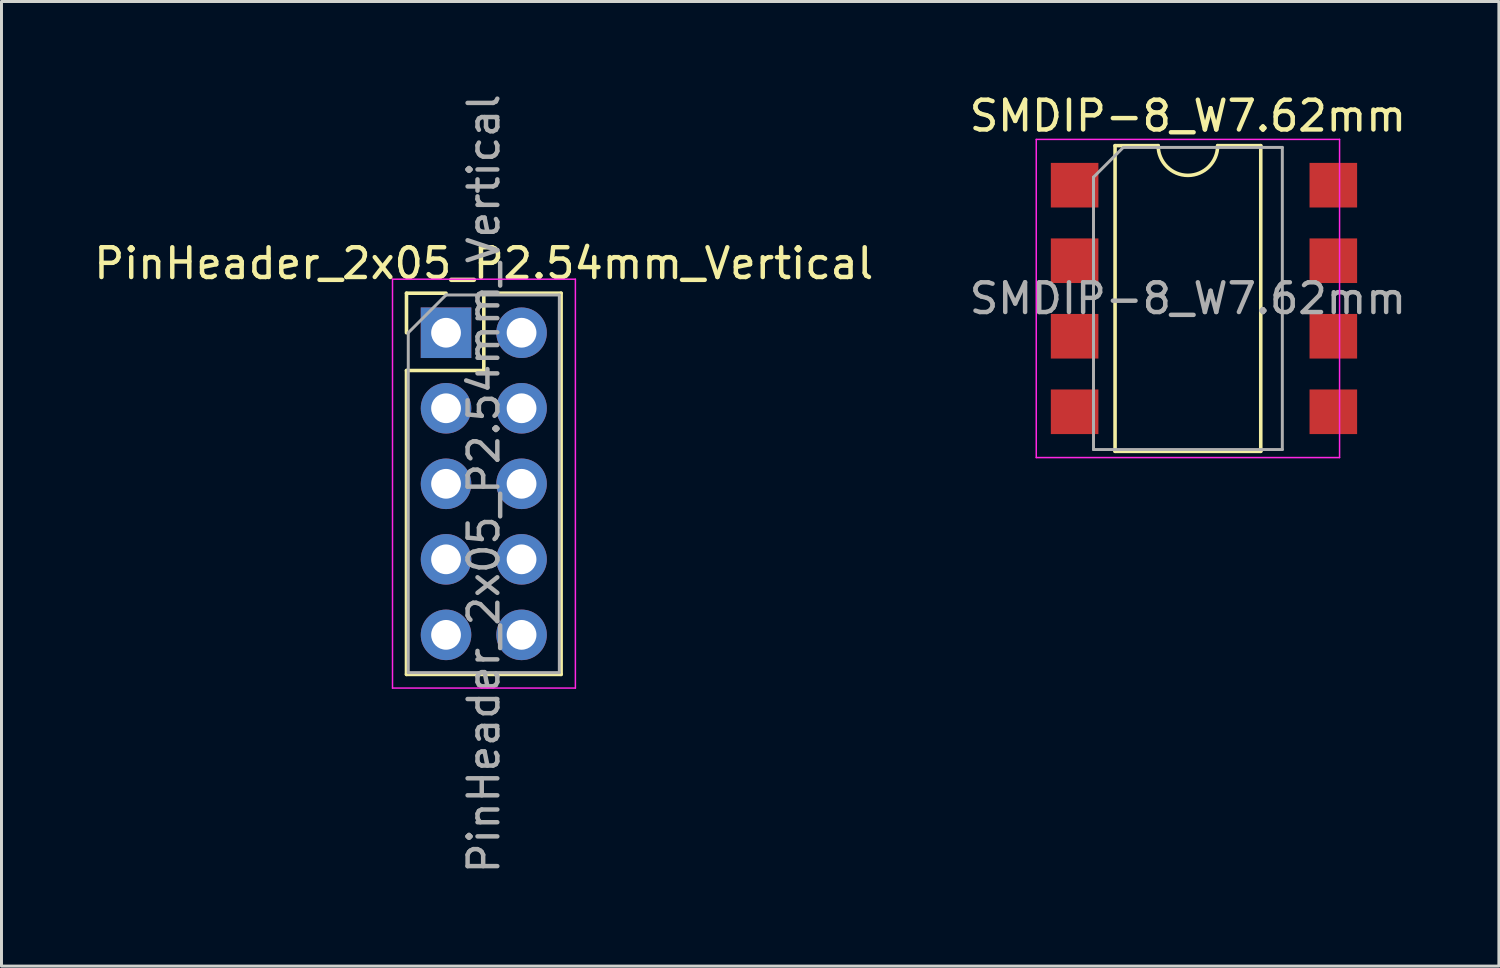
<source format=kicad_pcb>
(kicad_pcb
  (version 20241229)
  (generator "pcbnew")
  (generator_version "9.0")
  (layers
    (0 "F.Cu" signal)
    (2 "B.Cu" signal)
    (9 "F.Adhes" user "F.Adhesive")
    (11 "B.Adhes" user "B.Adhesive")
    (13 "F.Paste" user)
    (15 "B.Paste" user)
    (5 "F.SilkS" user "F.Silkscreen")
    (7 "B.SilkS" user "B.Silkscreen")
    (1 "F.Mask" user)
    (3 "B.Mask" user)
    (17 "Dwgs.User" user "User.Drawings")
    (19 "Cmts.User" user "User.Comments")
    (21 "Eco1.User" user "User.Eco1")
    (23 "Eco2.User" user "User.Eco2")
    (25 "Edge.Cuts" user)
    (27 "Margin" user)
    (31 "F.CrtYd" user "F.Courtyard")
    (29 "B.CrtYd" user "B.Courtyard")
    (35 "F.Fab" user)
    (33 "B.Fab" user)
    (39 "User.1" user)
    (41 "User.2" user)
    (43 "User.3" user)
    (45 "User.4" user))
  (footprint "PinHeader_2x05_P2.54mm_Vertical"
    (layer "F.Cu")
    (at 11.95 8.14)
    (property "Reference" "PinHeader_2x05_P2.54mm_Vertical" (at 1.27 -2.33 0) (layer "F.SilkS") (effects (font (size 1 1) (thickness 0.15))))
    (attr through_hole)
    (fp_line (start -1.33 -1.33) (end 0 -1.33) (stroke (width 0.12) (type solid)) (layer "F.SilkS"))
    (fp_line (start -1.33 0) (end -1.33 -1.33) (stroke (width 0.12) (type solid)) (layer "F.SilkS"))
    (fp_line (start -1.33 1.27) (end -1.33 11.49) (stroke (width 0.12) (type solid)) (layer "F.SilkS"))
    (fp_line (start -1.33 1.27) (end 1.27 1.27) (stroke (width 0.12) (type solid)) (layer "F.SilkS"))
    (fp_line (start -1.33 11.49) (end 3.87 11.49) (stroke (width 0.12) (type solid)) (layer "F.SilkS"))
    (fp_line (start 1.27 -1.33) (end 3.87 -1.33) (stroke (width 0.12) (type solid)) (layer "F.SilkS"))
    (fp_line (start 1.27 1.27) (end 1.27 -1.33) (stroke (width 0.12) (type solid)) (layer "F.SilkS"))
    (fp_line (start 3.87 -1.33) (end 3.87 11.49) (stroke (width 0.12) (type solid)) (layer "F.SilkS"))
    (fp_line (start -1.8 -1.8) (end -1.8 11.95) (stroke (width 0.05) (type solid)) (layer "F.CrtYd"))
    (fp_line (start -1.8 11.95) (end 4.35 11.95) (stroke (width 0.05) (type solid)) (layer "F.CrtYd"))
    (fp_line (start 4.35 -1.8) (end -1.8 -1.8) (stroke (width 0.05) (type solid)) (layer "F.CrtYd"))
    (fp_line (start 4.35 11.95) (end 4.35 -1.8) (stroke (width 0.05) (type solid)) (layer "F.CrtYd"))
    (fp_line (start -1.27 0) (end 0 -1.27) (stroke (width 0.1) (type solid)) (layer "F.Fab"))
    (fp_line (start -1.27 11.43) (end -1.27 0) (stroke (width 0.1) (type solid)) (layer "F.Fab"))
    (fp_line (start 0 -1.27) (end 3.81 -1.27) (stroke (width 0.1) (type solid)) (layer "F.Fab"))
    (fp_line (start 3.81 -1.27) (end 3.81 11.43) (stroke (width 0.1) (type solid)) (layer "F.Fab"))
    (fp_line (start 3.81 11.43) (end -1.27 11.43) (stroke (width 0.1) (type solid)) (layer "F.Fab"))
    (fp_text user "${REFERENCE}" (at 1.27 5.08 90) (layer "F.Fab") (effects (font (size 1 1) (thickness 0.15))))
    (pad "1" thru_hole rect (at 0 0) (size 1.7 1.7) (drill 1) (layers "*.Cu" "*.Mask"))
    (pad "2" thru_hole oval (at 0 2.54) (size 1.7 1.7) (drill 1) (layers "*.Cu" "*.Mask"))
    (pad "3" thru_hole oval (at 0 5.08) (size 1.7 1.7) (drill 1) (layers "*.Cu" "*.Mask"))
    (pad "4" thru_hole oval (at 0 7.62) (size 1.7 1.7) (drill 1) (layers "*.Cu" "*.Mask"))
    (pad "5" thru_hole oval (at 0 10.16) (size 1.7 1.7) (drill 1) (layers "*.Cu" "*.Mask"))
    (pad "6" thru_hole oval (at 2.54 10.16) (size 1.7 1.7) (drill 1) (layers "*.Cu" "*.Mask"))
    (pad "7" thru_hole oval (at 2.54 7.62) (size 1.7 1.7) (drill 1) (layers "*.Cu" "*.Mask"))
    (pad "8" thru_hole oval (at 2.54 5.08) (size 1.7 1.7) (drill 1) (layers "*.Cu" "*.Mask"))
    (pad "9" thru_hole oval (at 2.54 2.54) (size 1.7 1.7) (drill 1) (layers "*.Cu" "*.Mask"))
    (pad "10" thru_hole oval (at 2.54 0) (size 1.7 1.7) (drill 1) (layers "*.Cu" "*.Mask")))
  (footprint "SMDIP-8_W7.62mm"
    (layer "F.Cu")
    (at 33.089 3.178)
    (property "Reference" "SMDIP-8_W7.62mm" (at 3.81 -2.33 0) (layer "F.SilkS") (effects (font (size 1 1) (thickness 0.15))))
    (attr smd)
    (fp_line (start 1.36 -1.33) (end 1.36 8.95) (stroke (width 0.12) (type solid)) (layer "F.SilkS"))
    (fp_line (start 1.36 8.95) (end 6.26 8.95) (stroke (width 0.12) (type solid)) (layer "F.SilkS"))
    (fp_line (start 2.81 -1.33) (end 1.36 -1.33) (stroke (width 0.12) (type solid)) (layer "F.SilkS"))
    (fp_line (start 6.26 -1.33) (end 4.81 -1.33) (stroke (width 0.12) (type solid)) (layer "F.SilkS"))
    (fp_line (start 6.26 8.95) (end 6.26 -1.33) (stroke (width 0.12) (type solid)) (layer "F.SilkS"))
    (fp_arc (start 4.81 -1.33) (mid 3.81 -0.33) (end 2.81 -1.33) (stroke (width 0.12) (type solid)) (layer "F.SilkS"))
    (fp_line (start -1.29 -1.54) (end -1.29 9.16) (stroke (width 0.05) (type solid)) (layer "F.CrtYd"))
    (fp_line (start -1.29 9.16) (end 8.91 9.16) (stroke (width 0.05) (type solid)) (layer "F.CrtYd"))
    (fp_line (start 8.91 -1.54) (end -1.29 -1.54) (stroke (width 0.05) (type solid)) (layer "F.CrtYd"))
    (fp_line (start 8.91 9.16) (end 8.91 -1.54) (stroke (width 0.05) (type solid)) (layer "F.CrtYd"))
    (fp_line (start 0.635 -0.27) (end 1.635 -1.27) (stroke (width 0.1) (type solid)) (layer "F.Fab"))
    (fp_line (start 0.635 8.89) (end 0.635 -0.27) (stroke (width 0.1) (type solid)) (layer "F.Fab"))
    (fp_line (start 1.635 -1.27) (end 6.985 -1.27) (stroke (width 0.1) (type solid)) (layer "F.Fab"))
    (fp_line (start 6.985 -1.27) (end 6.985 8.89) (stroke (width 0.1) (type solid)) (layer "F.Fab"))
    (fp_line (start 6.985 8.89) (end 0.635 8.89) (stroke (width 0.1) (type solid)) (layer "F.Fab"))
    (fp_text user "${REFERENCE}" (at 3.81 3.81 0) (layer "F.Fab") (effects (font (size 1 1) (thickness 0.15))))
    (pad "1" smd rect (at 0 0) (size 1.6 1.5) (layers "F.Cu" "F.Mask" "F.Paste"))
    (pad "2" smd rect (at 0 2.54) (size 1.6 1.5) (layers "F.Cu" "F.Mask" "F.Paste"))
    (pad "3" smd rect (at 0 5.08) (size 1.6 1.5) (layers "F.Cu" "F.Mask" "F.Paste"))
    (pad "4" smd rect (at 0 7.62) (size 1.6 1.5) (layers "F.Cu" "F.Mask" "F.Paste"))
    (pad "5" smd rect (at 8.7 7.62) (size 1.6 1.5) (layers "F.Cu" "F.Mask" "F.Paste"))
    (pad "6" smd rect (at 8.7 5.08) (size 1.6 1.5) (layers "F.Cu" "F.Mask" "F.Paste"))
    (pad "7" smd rect (at 8.7 2.54) (size 1.6 1.5) (layers "F.Cu" "F.Mask" "F.Paste"))
    (pad "8" smd rect (at 8.7 0) (size 1.6 1.5) (layers "F.Cu" "F.Mask" "F.Paste")))
  (gr_rect
    (start -3 -3)
    (end 47.357 29.44)
    (stroke (width 0.1) (type default))
    (fill no)
    (layer "Edge.Cuts")))
</source>
